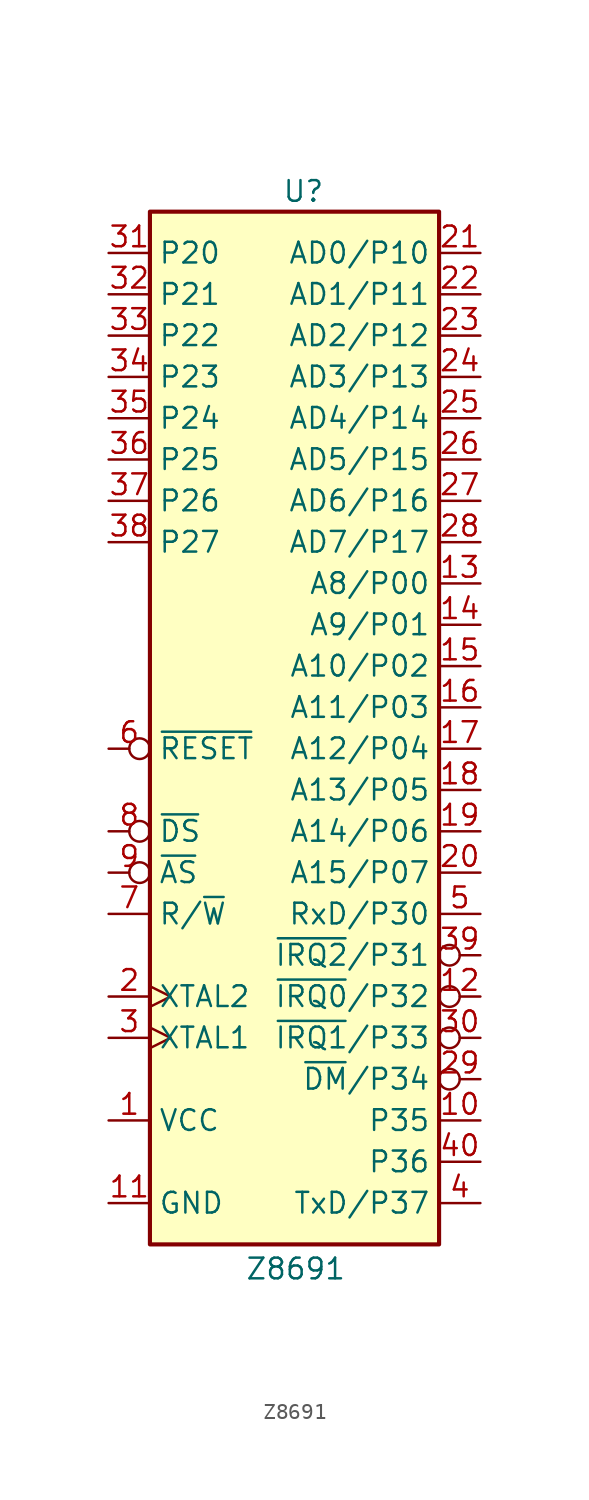
<source format=kicad_sym>
(kicad_symbol_lib
  (version 20231120)
  (generator "kicad_symbol_editor")
  (generator_version "8.0")
  (symbol "Z8691"
    (property "Reference" "U"
      (at -0.762 30.988 0)
      (effects (font (size 1.27 1.27)) (justify left bottom)))
    (property "Value" "Z8691"
      (at -3.048 -33.782 0)
      (effects (font (size 1.27 1.27)) (justify left top)))
    (symbol "Z8691_0_1"
      (rectangle (start -8.89 -33.02) (end 8.89 30.48) (stroke (width 0.254) (type default)) (fill (type background))))
    (symbol "Z8691_1_1"
      (pin power_in line (at -11.43 -25.4 0) (length 2.54) (name "VCC" (effects (font (size 1.27 1.27)))) (number "1" (effects (font (size 1.27 1.27)))))
      (pin output line (at 11.43 -25.4 180) (length 2.54) (name "P35" (effects (font (size 1.27 1.27)))) (number "10" (effects (font (size 1.27 1.27)))))
      (pin power_in line (at -11.43 -30.48 0) (length 2.54) (name "GND" (effects (font (size 1.27 1.27)))) (number "11" (effects (font (size 1.27 1.27)))))
      (pin input inverted (at 11.43 -17.78 180) (length 2.54) (name "~{IRQ0}/P32" (effects (font (size 1.27 1.27)))) (number "12" (effects (font (size 1.27 1.27)))))
      (pin output line (at 11.43 7.62 180) (length 2.54) (name "A8/P00" (effects (font (size 1.27 1.27)))) (number "13" (effects (font (size 1.27 1.27)))))
      (pin output line (at 11.43 5.08 180) (length 2.54) (name "A9/P01" (effects (font (size 1.27 1.27)))) (number "14" (effects (font (size 1.27 1.27)))))
      (pin output line (at 11.43 2.54 180) (length 2.54) (name "A10/P02" (effects (font (size 1.27 1.27)))) (number "15" (effects (font (size 1.27 1.27)))))
      (pin output line (at 11.43 0 180) (length 2.54) (name "A11/P03" (effects (font (size 1.27 1.27)))) (number "16" (effects (font (size 1.27 1.27)))))
      (pin output line (at 11.43 -2.54 180) (length 2.54) (name "A12/P04" (effects (font (size 1.27 1.27)))) (number "17" (effects (font (size 1.27 1.27)))))
      (pin output line (at 11.43 -5.08 180) (length 2.54) (name "A13/P05" (effects (font (size 1.27 1.27)))) (number "18" (effects (font (size 1.27 1.27)))))
      (pin output line (at 11.43 -7.62 180) (length 2.54) (name "A14/P06" (effects (font (size 1.27 1.27)))) (number "19" (effects (font (size 1.27 1.27)))))
      (pin output clock (at -11.43 -17.78 0) (length 2.54) (name "XTAL2" (effects (font (size 1.27 1.27)))) (number "2" (effects (font (size 1.27 1.27)))))
      (pin output line (at 11.43 -10.16 180) (length 2.54) (name "A15/P07" (effects (font (size 1.27 1.27)))) (number "20" (effects (font (size 1.27 1.27)))))
      (pin bidirectional line (at 11.43 27.94 180) (length 2.54) (name "AD0/P10" (effects (font (size 1.27 1.27)))) (number "21" (effects (font (size 1.27 1.27)))))
      (pin bidirectional line (at 11.43 25.4 180) (length 2.54) (name "AD1/P11" (effects (font (size 1.27 1.27)))) (number "22" (effects (font (size 1.27 1.27)))))
      (pin bidirectional line (at 11.43 22.86 180) (length 2.54) (name "AD2/P12" (effects (font (size 1.27 1.27)))) (number "23" (effects (font (size 1.27 1.27)))))
      (pin bidirectional line (at 11.43 20.32 180) (length 2.54) (name "AD3/P13" (effects (font (size 1.27 1.27)))) (number "24" (effects (font (size 1.27 1.27)))))
      (pin bidirectional line (at 11.43 17.78 180) (length 2.54) (name "AD4/P14" (effects (font (size 1.27 1.27)))) (number "25" (effects (font (size 1.27 1.27)))))
      (pin bidirectional line (at 11.43 15.24 180) (length 2.54) (name "AD5/P15" (effects (font (size 1.27 1.27)))) (number "26" (effects (font (size 1.27 1.27)))))
      (pin bidirectional line (at 11.43 12.7 180) (length 2.54) (name "AD6/P16" (effects (font (size 1.27 1.27)))) (number "27" (effects (font (size 1.27 1.27)))))
      (pin bidirectional line (at 11.43 10.16 180) (length 2.54) (name "AD7/P17" (effects (font (size 1.27 1.27)))) (number "28" (effects (font (size 1.27 1.27)))))
      (pin output inverted (at 11.43 -22.86 180) (length 2.54) (name "~{DM}/P34" (effects (font (size 1.27 1.27)))) (number "29" (effects (font (size 1.27 1.27)))))
      (pin input clock (at -11.43 -20.32 0) (length 2.54) (name "XTAL1" (effects (font (size 1.27 1.27)))) (number "3" (effects (font (size 1.27 1.27)))))
      (pin input inverted (at 11.43 -20.32 180) (length 2.54) (name "~{IRQ1}/P33" (effects (font (size 1.27 1.27)))) (number "30" (effects (font (size 1.27 1.27)))))
      (pin bidirectional line (at -11.43 27.94 0) (length 2.54) (name "P20" (effects (font (size 1.27 1.27)))) (number "31" (effects (font (size 1.27 1.27)))))
      (pin bidirectional line (at -11.43 25.4 0) (length 2.54) (name "P21" (effects (font (size 1.27 1.27)))) (number "32" (effects (font (size 1.27 1.27)))))
      (pin bidirectional line (at -11.43 22.86 0) (length 2.54) (name "P22" (effects (font (size 1.27 1.27)))) (number "33" (effects (font (size 1.27 1.27)))))
      (pin bidirectional line (at -11.43 20.32 0) (length 2.54) (name "P23" (effects (font (size 1.27 1.27)))) (number "34" (effects (font (size 1.27 1.27)))))
      (pin bidirectional line (at -11.43 17.78 0) (length 2.54) (name "P24" (effects (font (size 1.27 1.27)))) (number "35" (effects (font (size 1.27 1.27)))))
      (pin bidirectional line (at -11.43 15.24 0) (length 2.54) (name "P25" (effects (font (size 1.27 1.27)))) (number "36" (effects (font (size 1.27 1.27)))))
      (pin bidirectional line (at -11.43 12.7 0) (length 2.54) (name "P26" (effects (font (size 1.27 1.27)))) (number "37" (effects (font (size 1.27 1.27)))))
      (pin bidirectional line (at -11.43 10.16 0) (length 2.54) (name "P27" (effects (font (size 1.27 1.27)))) (number "38" (effects (font (size 1.27 1.27)))))
      (pin input inverted (at 11.43 -15.24 180) (length 2.54) (name "~{IRQ2}/P31" (effects (font (size 1.27 1.27)))) (number "39" (effects (font (size 1.27 1.27)))))
      (pin output line (at 11.43 -30.48 180) (length 2.54) (name "TxD/P37" (effects (font (size 1.27 1.27)))) (number "4" (effects (font (size 1.27 1.27)))))
      (pin output line (at 11.43 -27.94 180) (length 2.54) (name "P36" (effects (font (size 1.27 1.27)))) (number "40" (effects (font (size 1.27 1.27)))))
      (pin input line (at 11.43 -12.7 180) (length 2.54) (name "RxD/P30" (effects (font (size 1.27 1.27)))) (number "5" (effects (font (size 1.27 1.27)))))
      (pin input inverted (at -11.43 -2.54 0) (length 2.54) (name "~{RESET}" (effects (font (size 1.27 1.27)))) (number "6" (effects (font (size 1.27 1.27)))))
      (pin output line (at -11.43 -12.7 0) (length 2.54) (name "R/~{W}" (effects (font (size 1.27 1.27)))) (number "7" (effects (font (size 1.27 1.27)))))
      (pin output inverted (at -11.43 -7.62 0) (length 2.54) (name "~{DS}" (effects (font (size 1.27 1.27)))) (number "8" (effects (font (size 1.27 1.27)))))
      (pin output inverted (at -11.43 -10.16 0) (length 2.54) (name "~{AS}" (effects (font (size 1.27 1.27)))) (number "9" (effects (font (size 1.27 1.27))))))))
</source>
